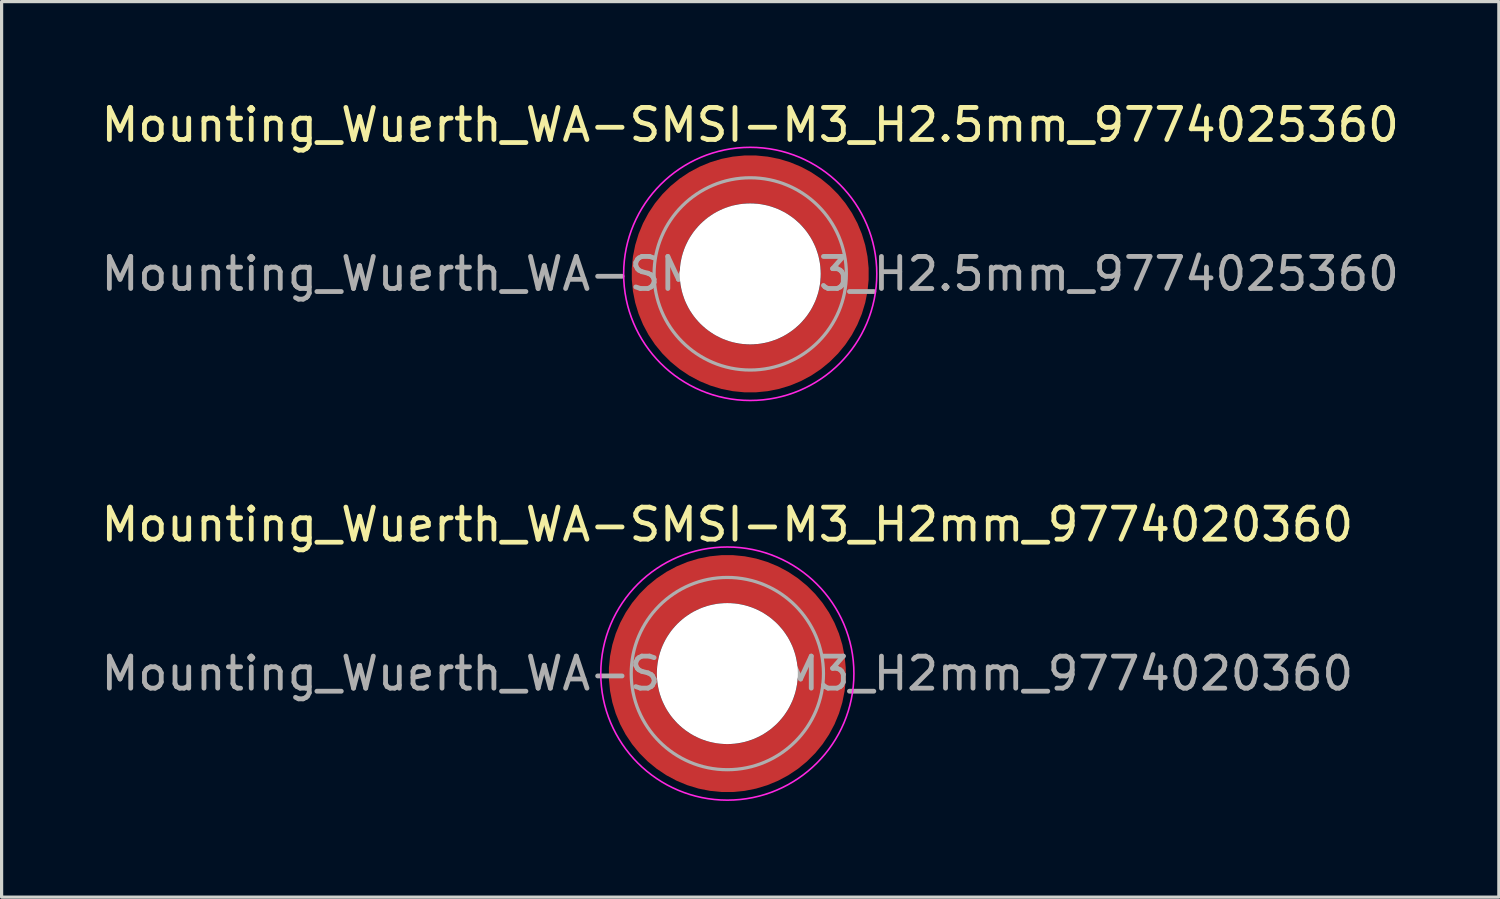
<source format=kicad_pcb>
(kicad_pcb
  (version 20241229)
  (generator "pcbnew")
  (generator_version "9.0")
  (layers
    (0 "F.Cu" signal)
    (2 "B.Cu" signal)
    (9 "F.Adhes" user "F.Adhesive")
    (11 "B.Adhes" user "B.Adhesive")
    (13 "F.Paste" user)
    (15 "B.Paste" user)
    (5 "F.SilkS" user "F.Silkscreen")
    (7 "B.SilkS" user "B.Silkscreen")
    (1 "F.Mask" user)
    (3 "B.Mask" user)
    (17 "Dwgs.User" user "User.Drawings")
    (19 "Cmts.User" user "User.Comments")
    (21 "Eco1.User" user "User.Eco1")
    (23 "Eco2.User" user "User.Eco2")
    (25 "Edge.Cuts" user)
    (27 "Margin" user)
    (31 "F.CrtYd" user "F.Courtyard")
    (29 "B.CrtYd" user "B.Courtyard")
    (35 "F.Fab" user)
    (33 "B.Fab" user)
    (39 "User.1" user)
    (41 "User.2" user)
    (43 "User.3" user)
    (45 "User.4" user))
  (footprint "Mounting_Wuerth_WA-SMSI-M3_H2mm_9774020360"
    (layer "F.Cu")
    (at 19.649 17.971)
    (property "Reference" "Mounting_Wuerth_WA-SMSI-M3_H2mm_9774020360" (at 0 -4.65 0) (layer "F.SilkS") (effects (font (size 1 1) (thickness 0.15))))
    (attr smd)
    (fp_circle (center 0 0) (end 3.95 0) (stroke (width 0.05) (type solid)) (fill no) (layer "F.CrtYd"))
    (fp_circle (center 0 0) (end 3 0) (stroke (width 0.1) (type solid)) (fill no) (layer "F.Fab"))
    (fp_text user "${REFERENCE}" (at 0 0 0) (layer "F.Fab") (effects (font (size 1 1) (thickness 0.15))))
    (pad "" smd custom (at -2.058 -2.058) (size 0.7 0.7) (layers "F.Paste") (options (anchor circle)) (primitives (gr_arc (start -0.377294 1.707681) (mid 0.318198 0.318198) (end 1.707681 -0.377294) (width 0.2)) (gr_arc (start -0.478281 1.707681) (mid 0.247487 0.247487) (end 1.707681 -0.478281) (width 0.2)) (gr_arc (start -0.579192 1.707681) (mid 0.176777 0.176777) (end 1.707681 -0.579192) (width 0.2)) (gr_arc (start -0.680037 1.707681) (mid 0.106066 0.106066) (end 1.707681 -0.680037) (width 0.2)) (gr_arc (start -0.780822 1.707681) (mid 0.035356 0.035356) (end 1.707681 -0.780822) (width 0.2)) (gr_arc (start -0.881554 1.707681) (mid -0.035355 -0.035355) (end 1.707681 -0.881554) (width 0.2)) (gr_arc (start -0.982237 1.707681) (mid -0.106066 -0.106066) (end 1.707681 -0.982237) (width 0.2)) (gr_arc (start -1.082877 1.707681) (mid -0.176777 -0.176777) (end 1.707681 -1.082877) (width 0.2)) (gr_arc (start -1.183476 1.707681) (mid -0.247487 -0.247487) (end 1.707681 -1.183476) (width 0.2)) (gr_arc (start -1.28404 1.707681) (mid -0.318198 -0.318198) (end 1.707681 -1.28404) (width 0.2)) (gr_line (start 1.708 -0.377) (end 1.708 -1.284) (width 0.2)) (gr_line (start -0.377 1.708) (end -1.284 1.708) (width 0.2))))
    (pad "" smd custom (at -2.058 2.058) (size 0.7 0.7) (layers "F.Paste") (options (anchor circle)) (primitives (gr_arc (start 1.707681 0.377294) (mid 0.318198 -0.318198) (end -0.377294 -1.707681) (width 0.2)) (gr_arc (start 1.707681 0.478281) (mid 0.247487 -0.247487) (end -0.478281 -1.707681) (width 0.2)) (gr_arc (start 1.707681 0.579192) (mid 0.176777 -0.176777) (end -0.579192 -1.707681) (width 0.2)) (gr_arc (start 1.707681 0.680037) (mid 0.106066 -0.106066) (end -0.680037 -1.707681) (width 0.2)) (gr_arc (start 1.707681 0.780822) (mid 0.035356 -0.035356) (end -0.780822 -1.707681) (width 0.2)) (gr_arc (start 1.707681 0.881554) (mid -0.035355 0.035355) (end -0.881554 -1.707681) (width 0.2)) (gr_arc (start 1.707681 0.982237) (mid -0.106066 0.106066) (end -0.982237 -1.707681) (width 0.2)) (gr_arc (start 1.707681 1.082877) (mid -0.176777 0.176777) (end -1.082877 -1.707681) (width 0.2)) (gr_arc (start 1.707681 1.183476) (mid -0.247487 0.247487) (end -1.183476 -1.707681) (width 0.2)) (gr_arc (start 1.707681 1.28404) (mid -0.318198 0.318198) (end -1.28404 -1.707681) (width 0.2)) (gr_line (start -0.377 -1.708) (end -1.284 -1.708) (width 0.2)) (gr_line (start 1.708 0.377) (end 1.708 1.284) (width 0.2))))
    (pad "" np_thru_hole circle (at 0 0) (size 4.4 4.4) (drill 4.4) (layers "*.Cu" "*.Mask"))
    (pad "" smd custom (at 2.058 -2.058) (size 0.7 0.7) (layers "F.Paste") (options (anchor circle)) (primitives (gr_arc (start -1.707681 -0.377294) (mid -0.318198 0.318198) (end 0.377294 1.707681) (width 0.2)) (gr_arc (start -1.707681 -0.478281) (mid -0.247487 0.247487) (end 0.478281 1.707681) (width 0.2)) (gr_arc (start -1.707681 -0.579192) (mid -0.176777 0.176777) (end 0.579192 1.707681) (width 0.2)) (gr_arc (start -1.707681 -0.680037) (mid -0.106066 0.106066) (end 0.680037 1.707681) (width 0.2)) (gr_arc (start -1.707681 -0.780822) (mid -0.035356 0.035356) (end 0.780822 1.707681) (width 0.2)) (gr_arc (start -1.707681 -0.881554) (mid 0.035355 -0.035355) (end 0.881554 1.707681) (width 0.2)) (gr_arc (start -1.707681 -0.982237) (mid 0.106066 -0.106066) (end 0.982237 1.707681) (width 0.2)) (gr_arc (start -1.707681 -1.082877) (mid 0.176777 -0.176777) (end 1.082877 1.707681) (width 0.2)) (gr_arc (start -1.707681 -1.183476) (mid 0.247487 -0.247487) (end 1.183476 1.707681) (width 0.2)) (gr_arc (start -1.707681 -1.28404) (mid 0.318198 -0.318198) (end 1.28404 1.707681) (width 0.2)) (gr_line (start 0.377 1.708) (end 1.284 1.708) (width 0.2)) (gr_line (start -1.708 -0.377) (end -1.708 -1.284) (width 0.2))))
    (pad "" smd custom (at 2.058 2.058) (size 0.7 0.7) (layers "F.Paste") (options (anchor circle)) (primitives (gr_arc (start 0.377294 -1.707681) (mid -0.318198 -0.318198) (end -1.707681 0.377294) (width 0.2)) (gr_arc (start 0.478281 -1.707681) (mid -0.247487 -0.247487) (end -1.707681 0.478281) (width 0.2)) (gr_arc (start 0.579192 -1.707681) (mid -0.176777 -0.176777) (end -1.707681 0.579192) (width 0.2)) (gr_arc (start 0.680037 -1.707681) (mid -0.106066 -0.106066) (end -1.707681 0.680037) (width 0.2)) (gr_arc (start 0.780822 -1.707681) (mid -0.035356 -0.035356) (end -1.707681 0.780822) (width 0.2)) (gr_arc (start 0.881554 -1.707681) (mid 0.035355 0.035355) (end -1.707681 0.881554) (width 0.2)) (gr_arc (start 0.982237 -1.707681) (mid 0.106066 0.106066) (end -1.707681 0.982237) (width 0.2)) (gr_arc (start 1.082877 -1.707681) (mid 0.176777 0.176777) (end -1.707681 1.082877) (width 0.2)) (gr_arc (start 1.183476 -1.707681) (mid 0.247487 0.247487) (end -1.707681 1.183476) (width 0.2)) (gr_arc (start 1.28404 -1.707681) (mid 0.318198 0.318198) (end -1.707681 1.28404) (width 0.2)) (gr_line (start -1.708 0.377) (end -1.708 1.284) (width 0.2)) (gr_line (start 0.377 -1.708) (end 1.284 -1.708) (width 0.2))))
    (pad "1" smd circle (at -2.95 0) (size 1.1 1.1) (layers "F.Cu"))
    (pad "1" smd circle (at 0 -2.95) (size 1.1 1.1) (layers "F.Cu"))
    (pad "1" smd circle (at 0 2.95) (size 1.1 1.1) (layers "F.Cu"))
    (pad "1" smd custom (at 2.95 0) (size 1.1 1.1) (layers "F.Cu" "F.Mask") (options (anchor circle)) (primitives (gr_circle (center -2.95 0) (end 0 0) (width 1.5) (fill no)))))
  (footprint "Mounting_Wuerth_WA-SMSI-M3_H2.5mm_9774025360"
    (layer "F.Cu")
    (at 20.363 5.498)
    (property "Reference" "Mounting_Wuerth_WA-SMSI-M3_H2.5mm_9774025360" (at 0 -4.65 0) (layer "F.SilkS") (effects (font (size 1 1) (thickness 0.15))))
    (attr smd)
    (fp_circle (center 0 0) (end 3.95 0) (stroke (width 0.05) (type solid)) (fill no) (layer "F.CrtYd"))
    (fp_circle (center 0 0) (end 3 0) (stroke (width 0.1) (type solid)) (fill no) (layer "F.Fab"))
    (fp_text user "${REFERENCE}" (at 0 0 0) (layer "F.Fab") (effects (font (size 1 1) (thickness 0.15))))
    (pad "" smd custom (at -2.058 -2.058) (size 0.7 0.7) (layers "F.Paste") (options (anchor circle)) (primitives (gr_arc (start -0.377294 1.707681) (mid 0.318198 0.318198) (end 1.707681 -0.377294) (width 0.2)) (gr_arc (start -0.478281 1.707681) (mid 0.247487 0.247487) (end 1.707681 -0.478281) (width 0.2)) (gr_arc (start -0.579192 1.707681) (mid 0.176777 0.176777) (end 1.707681 -0.579192) (width 0.2)) (gr_arc (start -0.680037 1.707681) (mid 0.106066 0.106066) (end 1.707681 -0.680037) (width 0.2)) (gr_arc (start -0.780822 1.707681) (mid 0.035356 0.035356) (end 1.707681 -0.780822) (width 0.2)) (gr_arc (start -0.881554 1.707681) (mid -0.035355 -0.035355) (end 1.707681 -0.881554) (width 0.2)) (gr_arc (start -0.982237 1.707681) (mid -0.106066 -0.106066) (end 1.707681 -0.982237) (width 0.2)) (gr_arc (start -1.082877 1.707681) (mid -0.176777 -0.176777) (end 1.707681 -1.082877) (width 0.2)) (gr_arc (start -1.183476 1.707681) (mid -0.247487 -0.247487) (end 1.707681 -1.183476) (width 0.2)) (gr_arc (start -1.28404 1.707681) (mid -0.318198 -0.318198) (end 1.707681 -1.28404) (width 0.2)) (gr_line (start 1.708 -0.377) (end 1.708 -1.284) (width 0.2)) (gr_line (start -0.377 1.708) (end -1.284 1.708) (width 0.2))))
    (pad "" smd custom (at -2.058 2.058) (size 0.7 0.7) (layers "F.Paste") (options (anchor circle)) (primitives (gr_arc (start 1.707681 0.377294) (mid 0.318198 -0.318198) (end -0.377294 -1.707681) (width 0.2)) (gr_arc (start 1.707681 0.478281) (mid 0.247487 -0.247487) (end -0.478281 -1.707681) (width 0.2)) (gr_arc (start 1.707681 0.579192) (mid 0.176777 -0.176777) (end -0.579192 -1.707681) (width 0.2)) (gr_arc (start 1.707681 0.680037) (mid 0.106066 -0.106066) (end -0.680037 -1.707681) (width 0.2)) (gr_arc (start 1.707681 0.780822) (mid 0.035356 -0.035356) (end -0.780822 -1.707681) (width 0.2)) (gr_arc (start 1.707681 0.881554) (mid -0.035355 0.035355) (end -0.881554 -1.707681) (width 0.2)) (gr_arc (start 1.707681 0.982237) (mid -0.106066 0.106066) (end -0.982237 -1.707681) (width 0.2)) (gr_arc (start 1.707681 1.082877) (mid -0.176777 0.176777) (end -1.082877 -1.707681) (width 0.2)) (gr_arc (start 1.707681 1.183476) (mid -0.247487 0.247487) (end -1.183476 -1.707681) (width 0.2)) (gr_arc (start 1.707681 1.28404) (mid -0.318198 0.318198) (end -1.28404 -1.707681) (width 0.2)) (gr_line (start -0.377 -1.708) (end -1.284 -1.708) (width 0.2)) (gr_line (start 1.708 0.377) (end 1.708 1.284) (width 0.2))))
    (pad "" np_thru_hole circle (at 0 0) (size 4.4 4.4) (drill 4.4) (layers "*.Cu" "*.Mask"))
    (pad "" smd custom (at 2.058 -2.058) (size 0.7 0.7) (layers "F.Paste") (options (anchor circle)) (primitives (gr_arc (start -1.707681 -0.377294) (mid -0.318198 0.318198) (end 0.377294 1.707681) (width 0.2)) (gr_arc (start -1.707681 -0.478281) (mid -0.247487 0.247487) (end 0.478281 1.707681) (width 0.2)) (gr_arc (start -1.707681 -0.579192) (mid -0.176777 0.176777) (end 0.579192 1.707681) (width 0.2)) (gr_arc (start -1.707681 -0.680037) (mid -0.106066 0.106066) (end 0.680037 1.707681) (width 0.2)) (gr_arc (start -1.707681 -0.780822) (mid -0.035356 0.035356) (end 0.780822 1.707681) (width 0.2)) (gr_arc (start -1.707681 -0.881554) (mid 0.035355 -0.035355) (end 0.881554 1.707681) (width 0.2)) (gr_arc (start -1.707681 -0.982237) (mid 0.106066 -0.106066) (end 0.982237 1.707681) (width 0.2)) (gr_arc (start -1.707681 -1.082877) (mid 0.176777 -0.176777) (end 1.082877 1.707681) (width 0.2)) (gr_arc (start -1.707681 -1.183476) (mid 0.247487 -0.247487) (end 1.183476 1.707681) (width 0.2)) (gr_arc (start -1.707681 -1.28404) (mid 0.318198 -0.318198) (end 1.28404 1.707681) (width 0.2)) (gr_line (start 0.377 1.708) (end 1.284 1.708) (width 0.2)) (gr_line (start -1.708 -0.377) (end -1.708 -1.284) (width 0.2))))
    (pad "" smd custom (at 2.058 2.058) (size 0.7 0.7) (layers "F.Paste") (options (anchor circle)) (primitives (gr_arc (start 0.377294 -1.707681) (mid -0.318198 -0.318198) (end -1.707681 0.377294) (width 0.2)) (gr_arc (start 0.478281 -1.707681) (mid -0.247487 -0.247487) (end -1.707681 0.478281) (width 0.2)) (gr_arc (start 0.579192 -1.707681) (mid -0.176777 -0.176777) (end -1.707681 0.579192) (width 0.2)) (gr_arc (start 0.680037 -1.707681) (mid -0.106066 -0.106066) (end -1.707681 0.680037) (width 0.2)) (gr_arc (start 0.780822 -1.707681) (mid -0.035356 -0.035356) (end -1.707681 0.780822) (width 0.2)) (gr_arc (start 0.881554 -1.707681) (mid 0.035355 0.035355) (end -1.707681 0.881554) (width 0.2)) (gr_arc (start 0.982237 -1.707681) (mid 0.106066 0.106066) (end -1.707681 0.982237) (width 0.2)) (gr_arc (start 1.082877 -1.707681) (mid 0.176777 0.176777) (end -1.707681 1.082877) (width 0.2)) (gr_arc (start 1.183476 -1.707681) (mid 0.247487 0.247487) (end -1.707681 1.183476) (width 0.2)) (gr_arc (start 1.28404 -1.707681) (mid 0.318198 0.318198) (end -1.707681 1.28404) (width 0.2)) (gr_line (start -1.708 0.377) (end -1.708 1.284) (width 0.2)) (gr_line (start 0.377 -1.708) (end 1.284 -1.708) (width 0.2))))
    (pad "1" smd circle (at -2.95 0) (size 1.1 1.1) (layers "F.Cu"))
    (pad "1" smd circle (at 0 -2.95) (size 1.1 1.1) (layers "F.Cu"))
    (pad "1" smd circle (at 0 2.95) (size 1.1 1.1) (layers "F.Cu"))
    (pad "1" smd custom (at 2.95 0) (size 1.1 1.1) (layers "F.Cu" "F.Mask") (options (anchor circle)) (primitives (gr_circle (center -2.95 0) (end 0 0) (width 1.5) (fill no)))))
  (gr_rect
    (start -3 -3)
    (end 43.726 24.947)
    (stroke (width 0.1) (type default))
    (fill no)
    (layer "Edge.Cuts")))
</source>
